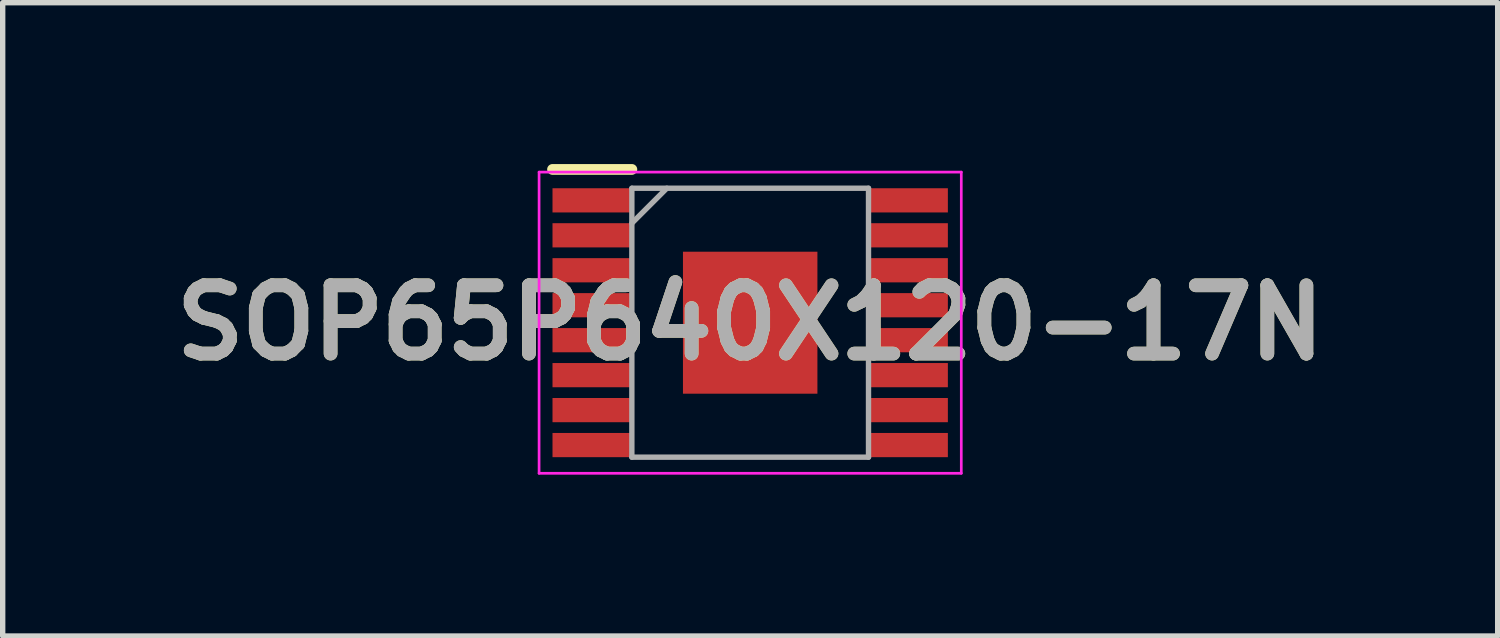
<source format=kicad_pcb>
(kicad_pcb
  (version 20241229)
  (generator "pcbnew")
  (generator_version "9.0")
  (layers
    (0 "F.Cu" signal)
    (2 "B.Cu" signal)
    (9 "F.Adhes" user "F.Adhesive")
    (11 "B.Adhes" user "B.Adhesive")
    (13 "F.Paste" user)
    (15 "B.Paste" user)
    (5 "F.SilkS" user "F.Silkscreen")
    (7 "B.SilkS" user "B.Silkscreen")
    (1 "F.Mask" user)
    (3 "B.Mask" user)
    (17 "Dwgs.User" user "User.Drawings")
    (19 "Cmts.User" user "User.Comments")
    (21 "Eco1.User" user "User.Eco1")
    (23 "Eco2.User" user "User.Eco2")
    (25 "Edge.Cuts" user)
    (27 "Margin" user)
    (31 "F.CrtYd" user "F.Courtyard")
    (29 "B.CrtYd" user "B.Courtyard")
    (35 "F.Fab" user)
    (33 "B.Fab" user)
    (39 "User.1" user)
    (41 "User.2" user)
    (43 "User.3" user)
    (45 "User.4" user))
  (footprint "SOP65P640X120-17N"
    (layer "F.Cu")
    (at 10.898 2.95)
    (property "Reference" "SOP65P640X120-17N" (at 0 0 0) (layer "F.SilkS") (effects (font (size 1.27 1.27) (thickness 0.254))))
    (attr smd)
    (fp_line (start -3.675 -2.85) (end -2.2 -2.85) (stroke (width 0.2) (type solid)) (layer "F.SilkS"))
    (fp_line (start -3.925 -2.8) (end 3.925 -2.8) (stroke (width 0.05) (type solid)) (layer "F.CrtYd"))
    (fp_line (start -3.925 2.8) (end -3.925 -2.8) (stroke (width 0.05) (type solid)) (layer "F.CrtYd"))
    (fp_line (start 3.925 -2.8) (end 3.925 2.8) (stroke (width 0.05) (type solid)) (layer "F.CrtYd"))
    (fp_line (start 3.925 2.8) (end -3.925 2.8) (stroke (width 0.05) (type solid)) (layer "F.CrtYd"))
    (fp_line (start -2.2 -2.5) (end 2.2 -2.5) (stroke (width 0.1) (type solid)) (layer "F.Fab"))
    (fp_line (start -2.2 -1.85) (end -1.55 -2.5) (stroke (width 0.1) (type solid)) (layer "F.Fab"))
    (fp_line (start -2.2 2.5) (end -2.2 -2.5) (stroke (width 0.1) (type solid)) (layer "F.Fab"))
    (fp_line (start 2.2 -2.5) (end 2.2 2.5) (stroke (width 0.1) (type solid)) (layer "F.Fab"))
    (fp_line (start 2.2 2.5) (end -2.2 2.5) (stroke (width 0.1) (type solid)) (layer "F.Fab"))
    (fp_text user "${REFERENCE}" (at 0 0 0) (layer "F.Fab") (effects (font (size 1.27 1.27) (thickness 0.254))))
    (pad "1" smd rect (at -2.938 -2.275 90) (size 0.45 1.475) (layers "F.Cu" "F.Mask" "F.Paste"))
    (pad "2" smd rect (at -2.938 -1.625 90) (size 0.45 1.475) (layers "F.Cu" "F.Mask" "F.Paste"))
    (pad "3" smd rect (at -2.938 -0.975 90) (size 0.45 1.475) (layers "F.Cu" "F.Mask" "F.Paste"))
    (pad "4" smd rect (at -2.938 -0.325 90) (size 0.45 1.475) (layers "F.Cu" "F.Mask" "F.Paste"))
    (pad "5" smd rect (at -2.938 0.325 90) (size 0.45 1.475) (layers "F.Cu" "F.Mask" "F.Paste"))
    (pad "6" smd rect (at -2.938 0.975 90) (size 0.45 1.475) (layers "F.Cu" "F.Mask" "F.Paste"))
    (pad "7" smd rect (at -2.938 1.625 90) (size 0.45 1.475) (layers "F.Cu" "F.Mask" "F.Paste"))
    (pad "8" smd rect (at -2.938 2.275 90) (size 0.45 1.475) (layers "F.Cu" "F.Mask" "F.Paste"))
    (pad "9" smd rect (at 2.938 2.275 90) (size 0.45 1.475) (layers "F.Cu" "F.Mask" "F.Paste"))
    (pad "10" smd rect (at 2.938 1.625 90) (size 0.45 1.475) (layers "F.Cu" "F.Mask" "F.Paste"))
    (pad "11" smd rect (at 2.938 0.975 90) (size 0.45 1.475) (layers "F.Cu" "F.Mask" "F.Paste"))
    (pad "12" smd rect (at 2.938 0.325 90) (size 0.45 1.475) (layers "F.Cu" "F.Mask" "F.Paste"))
    (pad "13" smd rect (at 2.938 -0.325 90) (size 0.45 1.475) (layers "F.Cu" "F.Mask" "F.Paste"))
    (pad "14" smd rect (at 2.938 -0.975 90) (size 0.45 1.475) (layers "F.Cu" "F.Mask" "F.Paste"))
    (pad "15" smd rect (at 2.938 -1.625 90) (size 0.45 1.475) (layers "F.Cu" "F.Mask" "F.Paste"))
    (pad "16" smd rect (at 2.938 -2.275 90) (size 0.45 1.475) (layers "F.Cu" "F.Mask" "F.Paste"))
    (pad "17" smd rect (at 0 0) (size 2.5 2.64) (layers "F.Cu" "F.Mask" "F.Paste")))
  (gr_rect
    (start -3 -3)
    (end 24.796 8.775)
    (stroke (width 0.1) (type default))
    (fill no)
    (layer "Edge.Cuts")))
</source>
